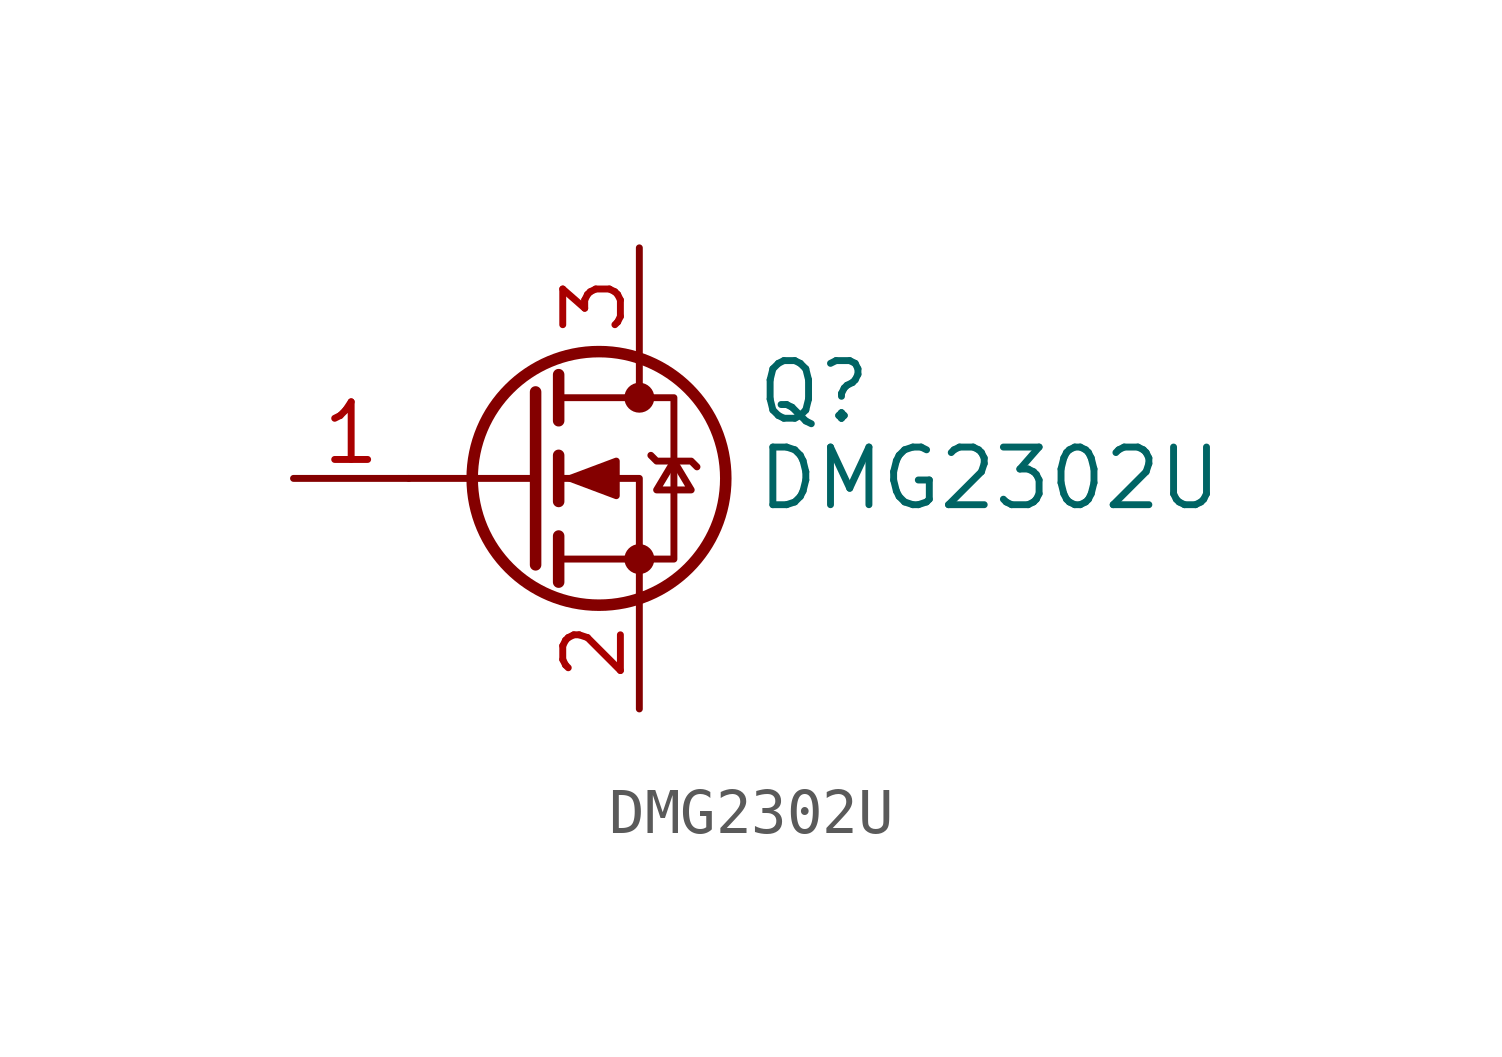
<source format=kicad_sym>
(kicad_symbol_lib
  (version 20231120)
  (generator "kicad_symbol_editor")
  (generator_version "7.99")
  (symbol "DMG2302U"
    (pin_names hide)
    (property "Reference" "Q"
      (at 5.08 1.905 0)
      (effects (font (size 1.27 1.27)) (justify left)))
    (property "Value" "DMG2302U"
      (at 5.08 0 0)
      (effects (font (size 1.27 1.27)) (justify left)))
    (symbol "DMG2302U_0_1"
      (polyline (pts (xy 0.254 0) (xy -2.54 0)) (stroke (width 0) (type default)) (fill (type none)))
      (polyline (pts (xy 0.254 1.905) (xy 0.254 -1.905)) (stroke (width 0.254) (type default)) (fill (type none)))
      (polyline (pts (xy 0.762 -1.27) (xy 0.762 -2.286)) (stroke (width 0.254) (type default)) (fill (type none)))
      (polyline (pts (xy 0.762 0.508) (xy 0.762 -0.508)) (stroke (width 0.254) (type default)) (fill (type none)))
      (polyline (pts (xy 0.762 2.286) (xy 0.762 1.27)) (stroke (width 0.254) (type default)) (fill (type none)))
      (polyline (pts (xy 2.54 2.54) (xy 2.54 1.778)) (stroke (width 0) (type default)) (fill (type none)))
      (polyline (pts (xy 2.54 -2.54) (xy 2.54 0) (xy 0.762 0)) (stroke (width 0) (type default)) (fill (type none)))
      (polyline (pts (xy 0.762 -1.778) (xy 3.302 -1.778) (xy 3.302 1.778) (xy 0.762 1.778)) (stroke (width 0) (type default)) (fill (type none)))
      (polyline (pts (xy 1.016 0) (xy 2.032 0.381) (xy 2.032 -0.381) (xy 1.016 0)) (stroke (width 0) (type default)) (fill (type outline)))
      (polyline (pts (xy 2.794 0.508) (xy 2.921 0.381) (xy 3.683 0.381) (xy 3.81 0.254)) (stroke (width 0) (type default)) (fill (type none)))
      (polyline (pts (xy 3.302 0.381) (xy 2.921 -0.254) (xy 3.683 -0.254) (xy 3.302 0.381)) (stroke (width 0) (type default)) (fill (type none)))
      (circle (center 1.651 0) (radius 2.794) (stroke (width 0.254) (type default)) (fill (type none)))
      (circle (center 2.54 -1.778) (radius 0.254) (stroke (width 0) (type default)) (fill (type outline)))
      (circle (center 2.54 1.778) (radius 0.254) (stroke (width 0) (type default)) (fill (type outline))))
    (symbol "DMG2302U_1_1"
      (pin input line (at -5.08 0 0) (length 2.54) (name "G" (effects (font (size 1.27 1.27)))) (number "1" (effects (font (size 1.27 1.27)))))
      (pin passive line (at 2.54 -5.08 90) (length 2.54) (name "S" (effects (font (size 1.27 1.27)))) (number "2" (effects (font (size 1.27 1.27)))))
      (pin passive line (at 2.54 5.08 270) (length 2.54) (name "D" (effects (font (size 1.27 1.27)))) (number "3" (effects (font (size 1.27 1.27))))))))
</source>
